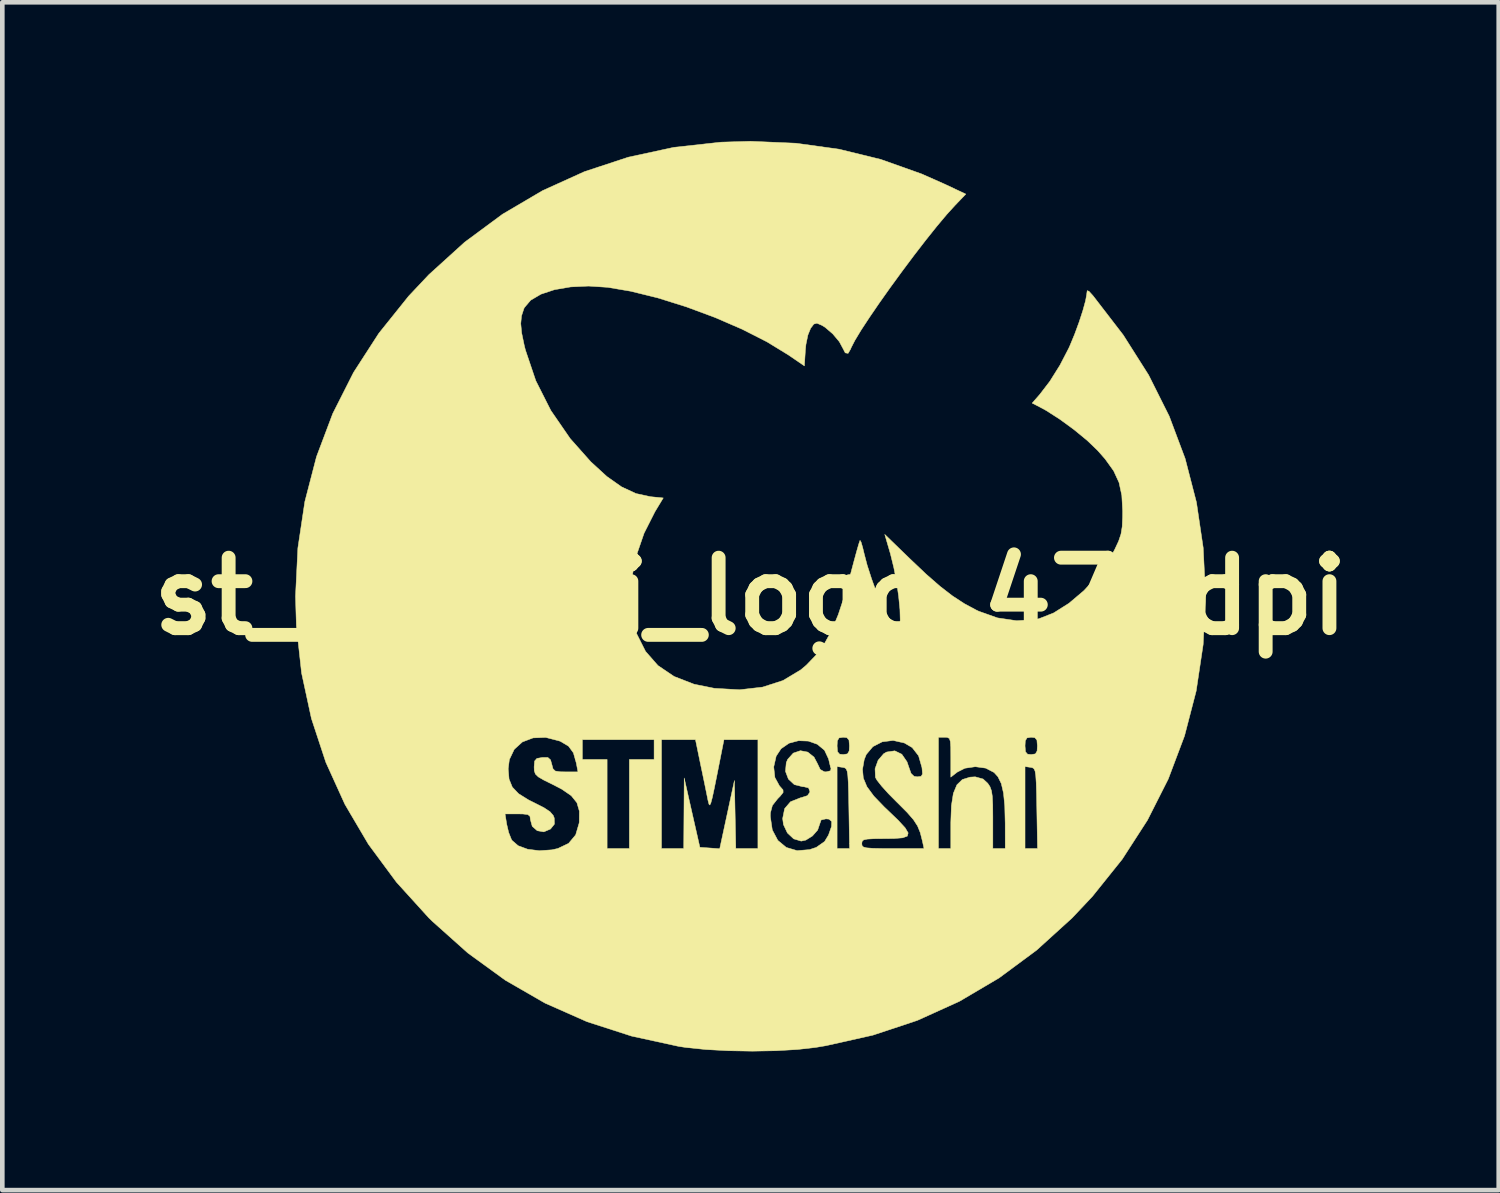
<source format=kicad_pcb>
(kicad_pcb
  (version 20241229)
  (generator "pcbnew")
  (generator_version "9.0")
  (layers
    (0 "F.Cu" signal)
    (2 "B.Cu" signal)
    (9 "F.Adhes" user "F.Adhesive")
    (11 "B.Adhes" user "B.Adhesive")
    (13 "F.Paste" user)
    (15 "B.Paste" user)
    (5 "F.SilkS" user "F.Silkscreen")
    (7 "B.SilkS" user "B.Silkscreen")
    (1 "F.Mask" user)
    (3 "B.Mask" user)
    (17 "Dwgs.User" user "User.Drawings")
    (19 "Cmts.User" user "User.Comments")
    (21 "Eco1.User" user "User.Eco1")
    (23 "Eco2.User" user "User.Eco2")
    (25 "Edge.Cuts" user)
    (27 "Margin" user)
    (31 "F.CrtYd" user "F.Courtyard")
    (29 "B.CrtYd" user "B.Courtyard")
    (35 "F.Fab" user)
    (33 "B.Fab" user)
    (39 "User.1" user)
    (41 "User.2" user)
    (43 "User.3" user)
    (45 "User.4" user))
  (footprint "st_meishi_logo_475dpi"
    (layer "F.Cu")
    (at 13.179 9.844)
    (property "Reference" "st_meishi_logo_475dpi" (at 0 0 0) (layer "F.SilkS") (effects (font (size 1.524 1.524) (thickness 0.3))))
    (attr through_hole)
    (fp_poly (pts (xy 0.982 -9.797) (xy 1.914 -9.668) (xy 2.814 -9.448) (xy 3.698 -9.134) (xy 4.186 -8.918) (xy 4.656 -8.697) (xy 4.421 -8.452) (xy 4.242 -8.255) (xy 4.028 -8) (xy 3.789 -7.701) (xy 3.536 -7.373) (xy 3.278 -7.028) (xy 3.024 -6.68) (xy 2.786 -6.344) (xy 2.572 -6.031) (xy 2.392 -5.757) (xy 2.258 -5.535) (xy 2.177 -5.378) (xy 2.165 -5.346) (xy 2.11 -5.253) (xy 2.048 -5.264) (xy 2.005 -5.348) (xy 1.92 -5.506) (xy 1.778 -5.675) (xy 1.615 -5.815) (xy 1.546 -5.858) (xy 1.436 -5.905) (xy 1.369 -5.886) (xy 1.3 -5.795) (xy 1.241 -5.65) (xy 1.198 -5.442) (xy 1.186 -5.317) (xy 1.165 -4.982) (xy 0.812 -5.223) (xy 0.356 -5.502) (xy -0.181 -5.775) (xy -0.771 -6.03) (xy -1.388 -6.259) (xy -2.004 -6.452) (xy -2.593 -6.597) (xy -3.089 -6.681) (xy -3.501 -6.708) (xy -3.889 -6.69) (xy -4.238 -6.63) (xy -4.531 -6.533) (xy -4.754 -6.402) (xy -4.89 -6.242) (xy -4.901 -6.218) (xy -4.952 -6.062) (xy -4.968 -5.897) (xy -4.949 -5.696) (xy -4.894 -5.432) (xy -4.868 -5.327) (xy -4.643 -4.661) (xy -4.318 -4.018) (xy -3.9 -3.411) (xy -3.453 -2.908) (xy -3.107 -2.591) (xy -2.786 -2.365) (xy -2.478 -2.222) (xy -2.168 -2.155) (xy -2.166 -2.154) (xy -1.887 -2.126) (xy -2.067 -1.828) (xy -2.302 -1.363) (xy -2.473 -0.867) (xy -2.573 -0.368) (xy -2.597 0.11) (xy -2.574 0.361) (xy -2.461 0.812) (xy -2.27 1.191) (xy -2.001 1.498) (xy -1.651 1.734) (xy -1.221 1.901) (xy -0.781 1.99) (xy -0.235 2.021) (xy 0.261 1.964) (xy 0.703 1.821) (xy 1.086 1.591) (xy 1.207 1.489) (xy 1.415 1.273) (xy 1.594 1.031) (xy 1.752 0.746) (xy 1.896 0.401) (xy 2.035 -0.018) (xy 2.168 -0.499) (xy 2.236 -0.755) (xy 2.295 -0.971) (xy 2.34 -1.128) (xy 2.366 -1.205) (xy 2.368 -1.209) (xy 2.39 -1.174) (xy 2.424 -1.059) (xy 2.457 -0.923) (xy 2.522 -0.674) (xy 2.617 -0.38) (xy 2.728 -0.072) (xy 2.845 0.22) (xy 2.956 0.465) (xy 3.037 0.613) (xy 3.174 0.829) (xy 3.22 0.668) (xy 3.237 0.515) (xy 3.231 0.285) (xy 3.203 0.002) (xy 3.159 -0.308) (xy 3.099 -0.618) (xy 3.029 -0.904) (xy 3.024 -0.923) (xy 2.903 -1.338) (xy 3.444 -0.814) (xy 3.796 -0.48) (xy 4.098 -0.216) (xy 4.369 -0.007) (xy 4.625 0.16) (xy 4.884 0.299) (xy 4.937 0.324) (xy 5.34 0.467) (xy 5.752 0.528) (xy 6.143 0.505) (xy 6.237 0.485) (xy 6.555 0.36) (xy 6.886 0.151) (xy 7.211 -0.124) (xy 7.508 -0.447) (xy 7.759 -0.8) (xy 7.874 -1.009) (xy 7.96 -1.193) (xy 8.011 -1.345) (xy 8.037 -1.505) (xy 8.046 -1.712) (xy 8.047 -1.844) (xy 8.029 -2.18) (xy 7.969 -2.459) (xy 7.853 -2.711) (xy 7.668 -2.969) (xy 7.505 -3.154) (xy 7.28 -3.37) (xy 6.995 -3.604) (xy 6.687 -3.829) (xy 6.392 -4.018) (xy 6.267 -4.086) (xy 6.09 -4.177) (xy 6.252 -4.361) (xy 6.472 -4.648) (xy 6.691 -4.997) (xy 6.883 -5.367) (xy 6.911 -5.43) (xy 7.011 -5.672) (xy 7.106 -5.931) (xy 7.187 -6.18) (xy 7.245 -6.391) (xy 7.271 -6.535) (xy 7.272 -6.551) (xy 7.281 -6.609) (xy 7.319 -6.595) (xy 7.402 -6.504) (xy 7.408 -6.497) (xy 8.06 -5.65) (xy 8.609 -4.784) (xy 9.054 -3.895) (xy 9.398 -2.979) (xy 9.643 -2.031) (xy 9.789 -1.047) (xy 9.839 -0.024) (xy 9.839 0) (xy 9.788 1.042) (xy 9.637 2.048) (xy 9.385 3.019) (xy 9.034 3.95) (xy 8.584 4.84) (xy 8.037 5.687) (xy 7.393 6.49) (xy 6.955 6.955) (xy 6.187 7.652) (xy 5.375 8.253) (xy 4.517 8.759) (xy 3.608 9.171) (xy 2.647 9.49) (xy 1.631 9.718) (xy 1.411 9.755) (xy 1.016 9.8) (xy 0.548 9.827) (xy 0.041 9.836) (xy -0.473 9.827) (xy -0.962 9.801) (xy -1.392 9.757) (xy -1.551 9.733) (xy -2.573 9.51) (xy -3.536 9.199) (xy -4.444 8.797) (xy -5.301 8.303) (xy -6.112 7.714) (xy -6.88 7.028) (xy -6.955 6.955) (xy -7.657 6.181) (xy -8.263 5.361) (xy -8.649 4.706) (xy -5.308 4.706) (xy -5.271 4.933) (xy -5.23 5.107) (xy -5.172 5.253) (xy -5.157 5.279) (xy -5.024 5.394) (xy -4.818 5.47) (xy -4.567 5.501) (xy -4.298 5.483) (xy -4.167 5.454) (xy -3.934 5.343) (xy -3.781 5.16) (xy -3.706 4.905) (xy -3.703 4.877) (xy -3.701 4.646) (xy -3.754 4.464) (xy -3.876 4.312) (xy -4.081 4.171) (xy -4.268 4.074) (xy -4.467 3.976) (xy -4.589 3.905) (xy -4.652 3.843) (xy -4.676 3.772) (xy -4.679 3.69) (xy -4.669 3.563) (xy -4.619 3.506) (xy -4.505 3.486) (xy -4.382 3.486) (xy -4.324 3.537) (xy -4.297 3.633) (xy -4.271 3.73) (xy -4.221 3.779) (xy -4.116 3.795) (xy -3.998 3.797) (xy -3.731 3.797) (xy -3.768 3.603) (xy -3.83 3.385) (xy -3.935 3.241) (xy -4.105 3.14) (xy -4.131 3.129) (xy -4.238 3.101) (xy -3.636 3.101) (xy -3.636 3.529) (xy -3.101 3.529) (xy -3.101 5.454) (xy -2.62 5.454) (xy -2.62 3.529) (xy -2.085 3.529) (xy -2.085 3.101) (xy -1.925 3.101) (xy -1.925 5.454) (xy -1.444 5.454) (xy -1.434 3.93) (xy -1.265 4.679) (xy -1.095 5.428) (xy -0.881 5.443) (xy -0.666 5.459) (xy -0.348 3.984) (xy -0.333 4.719) (xy -0.318 5.454) (xy 0.16 5.454) (xy 0.16 4.76) (xy 0.428 4.76) (xy 0.471 5.052) (xy 0.591 5.279) (xy 0.774 5.431) (xy 1.007 5.5) (xy 1.278 5.478) (xy 1.347 5.454) (xy 1.872 5.454) (xy 2.142 5.454) (xy 2.14 5.347) (xy 2.406 5.347) (xy 2.412 5.392) (xy 2.442 5.422) (xy 2.513 5.44) (xy 2.642 5.45) (xy 2.846 5.454) (xy 3.079 5.454) (xy 3.752 5.454) (xy 3.714 5.281) (xy 3.67 5.109) (xy 3.612 4.967) (xy 3.524 4.831) (xy 3.39 4.677) (xy 3.194 4.48) (xy 3.159 4.446) (xy 2.983 4.268) (xy 2.835 4.104) (xy 2.735 3.977) (xy 2.701 3.916) (xy 2.693 3.73) (xy 2.759 3.546) (xy 2.879 3.405) (xy 2.943 3.368) (xy 3.12 3.342) (xy 3.271 3.415) (xy 3.384 3.579) (xy 3.422 3.69) (xy 3.472 3.831) (xy 3.537 3.893) (xy 3.608 3.904) (xy 3.69 3.893) (xy 3.719 3.843) (xy 3.709 3.721) (xy 3.707 3.703) (xy 3.634 3.449) (xy 3.496 3.271) (xy 3.329 3.173) (xy 3.084 3.117) (xy 2.848 3.147) (xy 2.646 3.251) (xy 2.503 3.421) (xy 2.459 3.531) (xy 2.422 3.741) (xy 2.439 3.93) (xy 2.517 4.117) (xy 2.666 4.32) (xy 2.894 4.557) (xy 2.965 4.624) (xy 3.195 4.845) (xy 3.344 5.007) (xy 3.409 5.117) (xy 3.391 5.186) (xy 3.289 5.223) (xy 3.102 5.238) (xy 2.914 5.24) (xy 2.678 5.242) (xy 2.529 5.25) (xy 2.447 5.267) (xy 2.413 5.3) (xy 2.406 5.347) (xy 2.14 5.347) (xy 2.127 4.585) (xy 2.121 4.263) (xy 2.114 4.032) (xy 2.104 3.876) (xy 2.089 3.78) (xy 2.065 3.729) (xy 2.032 3.707) (xy 1.992 3.699) (xy 1.872 3.682) (xy 1.872 5.454) (xy 1.347 5.454) (xy 1.421 5.43) (xy 1.602 5.303) (xy 1.686 5.164) (xy 1.751 4.979) (xy 1.755 4.869) (xy 1.696 4.819) (xy 1.631 4.813) (xy 1.527 4.837) (xy 1.497 4.922) (xy 1.452 5.055) (xy 1.339 5.183) (xy 1.196 5.272) (xy 1.096 5.294) (xy 0.933 5.245) (xy 0.797 5.117) (xy 0.712 4.936) (xy 0.695 4.805) (xy 0.738 4.591) (xy 0.865 4.443) (xy 1.078 4.358) (xy 1.093 4.355) (xy 1.231 4.311) (xy 1.282 4.238) (xy 1.283 4.218) (xy 1.255 4.143) (xy 1.153 4.118) (xy 1.125 4.117) (xy 0.947 4.072) (xy 0.819 3.952) (xy 0.756 3.785) (xy 0.773 3.598) (xy 0.803 3.527) (xy 0.925 3.391) (xy 1.079 3.339) (xy 1.237 3.369) (xy 1.373 3.477) (xy 1.446 3.615) (xy 1.508 3.745) (xy 1.595 3.794) (xy 1.633 3.797) (xy 1.727 3.774) (xy 1.741 3.73) (xy 1.714 3.629) (xy 1.688 3.517) (xy 1.6 3.329) (xy 1.487 3.235) (xy 1.872 3.235) (xy 1.882 3.362) (xy 1.927 3.414) (xy 2.005 3.422) (xy 2.096 3.408) (xy 2.133 3.345) (xy 2.139 3.235) (xy 2.129 3.109) (xy 2.084 3.057) (xy 2.005 3.048) (xy 4.064 3.048) (xy 4.064 5.454) (xy 4.331 5.454) (xy 4.331 4.89) (xy 4.344 4.529) (xy 4.386 4.262) (xy 4.463 4.077) (xy 4.58 3.963) (xy 4.745 3.911) (xy 4.859 3.904) (xy 5.029 3.951) (xy 5.13 4.044) (xy 5.178 4.117) (xy 5.21 4.204) (xy 5.229 4.328) (xy 5.238 4.51) (xy 5.24 4.775) (xy 5.24 4.82) (xy 5.24 5.454) (xy 5.508 5.454) (xy 5.936 5.454) (xy 6.206 5.454) (xy 6.191 4.585) (xy 6.185 4.263) (xy 6.178 4.032) (xy 6.168 3.876) (xy 6.153 3.78) (xy 6.129 3.729) (xy 6.096 3.707) (xy 6.056 3.699) (xy 5.936 3.682) (xy 5.936 5.454) (xy 5.508 5.454) (xy 5.507 4.906) (xy 5.498 4.536) (xy 5.471 4.257) (xy 5.423 4.05) (xy 5.35 3.902) (xy 5.267 3.81) (xy 5.086 3.716) (xy 4.861 3.685) (xy 4.636 3.718) (xy 4.472 3.801) (xy 4.331 3.911) (xy 4.331 3.48) (xy 4.33 3.266) (xy 4.328 3.235) (xy 5.936 3.235) (xy 5.946 3.362) (xy 5.991 3.414) (xy 6.069 3.422) (xy 6.16 3.408) (xy 6.197 3.345) (xy 6.203 3.235) (xy 6.193 3.109) (xy 6.148 3.057) (xy 6.069 3.048) (xy 5.979 3.062) (xy 5.942 3.125) (xy 5.936 3.235) (xy 4.328 3.235) (xy 4.321 3.138) (xy 4.299 3.074) (xy 4.255 3.051) (xy 4.198 3.048) (xy 4.064 3.048) (xy 2.005 3.048) (xy 1.915 3.062) (xy 1.878 3.125) (xy 1.872 3.235) (xy 1.487 3.235) (xy 1.445 3.2) (xy 1.25 3.131) (xy 1.038 3.123) (xy 0.833 3.177) (xy 0.661 3.296) (xy 0.555 3.456) (xy 0.502 3.69) (xy 0.527 3.918) (xy 0.628 4.103) (xy 0.643 4.118) (xy 0.703 4.187) (xy 0.705 4.243) (xy 0.642 4.322) (xy 0.586 4.379) (xy 0.473 4.523) (xy 0.431 4.681) (xy 0.428 4.76) (xy 0.16 4.76) (xy 0.16 3.101) (xy -0.574 3.101) (xy -0.725 3.863) (xy -0.784 4.156) (xy -0.827 4.355) (xy -0.858 4.471) (xy -0.88 4.514) (xy -0.898 4.496) (xy -0.916 4.428) (xy -0.92 4.412) (xy -0.949 4.267) (xy -0.993 4.052) (xy -1.045 3.801) (xy -1.077 3.65) (xy -1.19 3.101) (xy -1.925 3.101) (xy -2.085 3.101) (xy -3.636 3.101) (xy -4.238 3.101) (xy -4.429 3.052) (xy -4.701 3.062) (xy -4.933 3.15) (xy -5.109 3.31) (xy -5.215 3.532) (xy -5.24 3.732) (xy -5.221 3.954) (xy -5.151 4.126) (xy -5.015 4.269) (xy -4.797 4.405) (xy -4.68 4.463) (xy -4.467 4.571) (xy -4.336 4.658) (xy -4.266 4.739) (xy -4.244 4.795) (xy -4.24 4.926) (xy -4.322 5.029) (xy -4.326 5.033) (xy -4.47 5.094) (xy -4.612 5.069) (xy -4.72 4.974) (xy -4.759 4.833) (xy -4.769 4.758) (xy -4.815 4.72) (xy -4.924 4.707) (xy -5.033 4.706) (xy -5.308 4.706) (xy -8.649 4.706) (xy -8.772 4.496) (xy -9.183 3.59) (xy -9.495 2.643) (xy -9.708 1.658) (xy -9.82 0.638) (xy -9.839 0) (xy -9.788 -1.042) (xy -9.637 -2.048) (xy -9.385 -3.019) (xy -9.034 -3.95) (xy -8.584 -4.84) (xy -8.037 -5.687) (xy -7.393 -6.49) (xy -6.955 -6.955) (xy -6.181 -7.657) (xy -5.361 -8.263) (xy -4.496 -8.772) (xy -3.59 -9.183) (xy -2.643 -9.495) (xy -1.658 -9.708) (xy -0.638 -9.82) (xy 0 -9.839) (xy 0.982 -9.797)) (stroke (width 0.01) (type solid)) (fill yes) (layer "F.SilkS")))
  (gr_rect
    (start -3 -3)
    (end 29.358 22.685)
    (stroke (width 0.1) (type default))
    (fill no)
    (layer "Edge.Cuts")))
</source>
